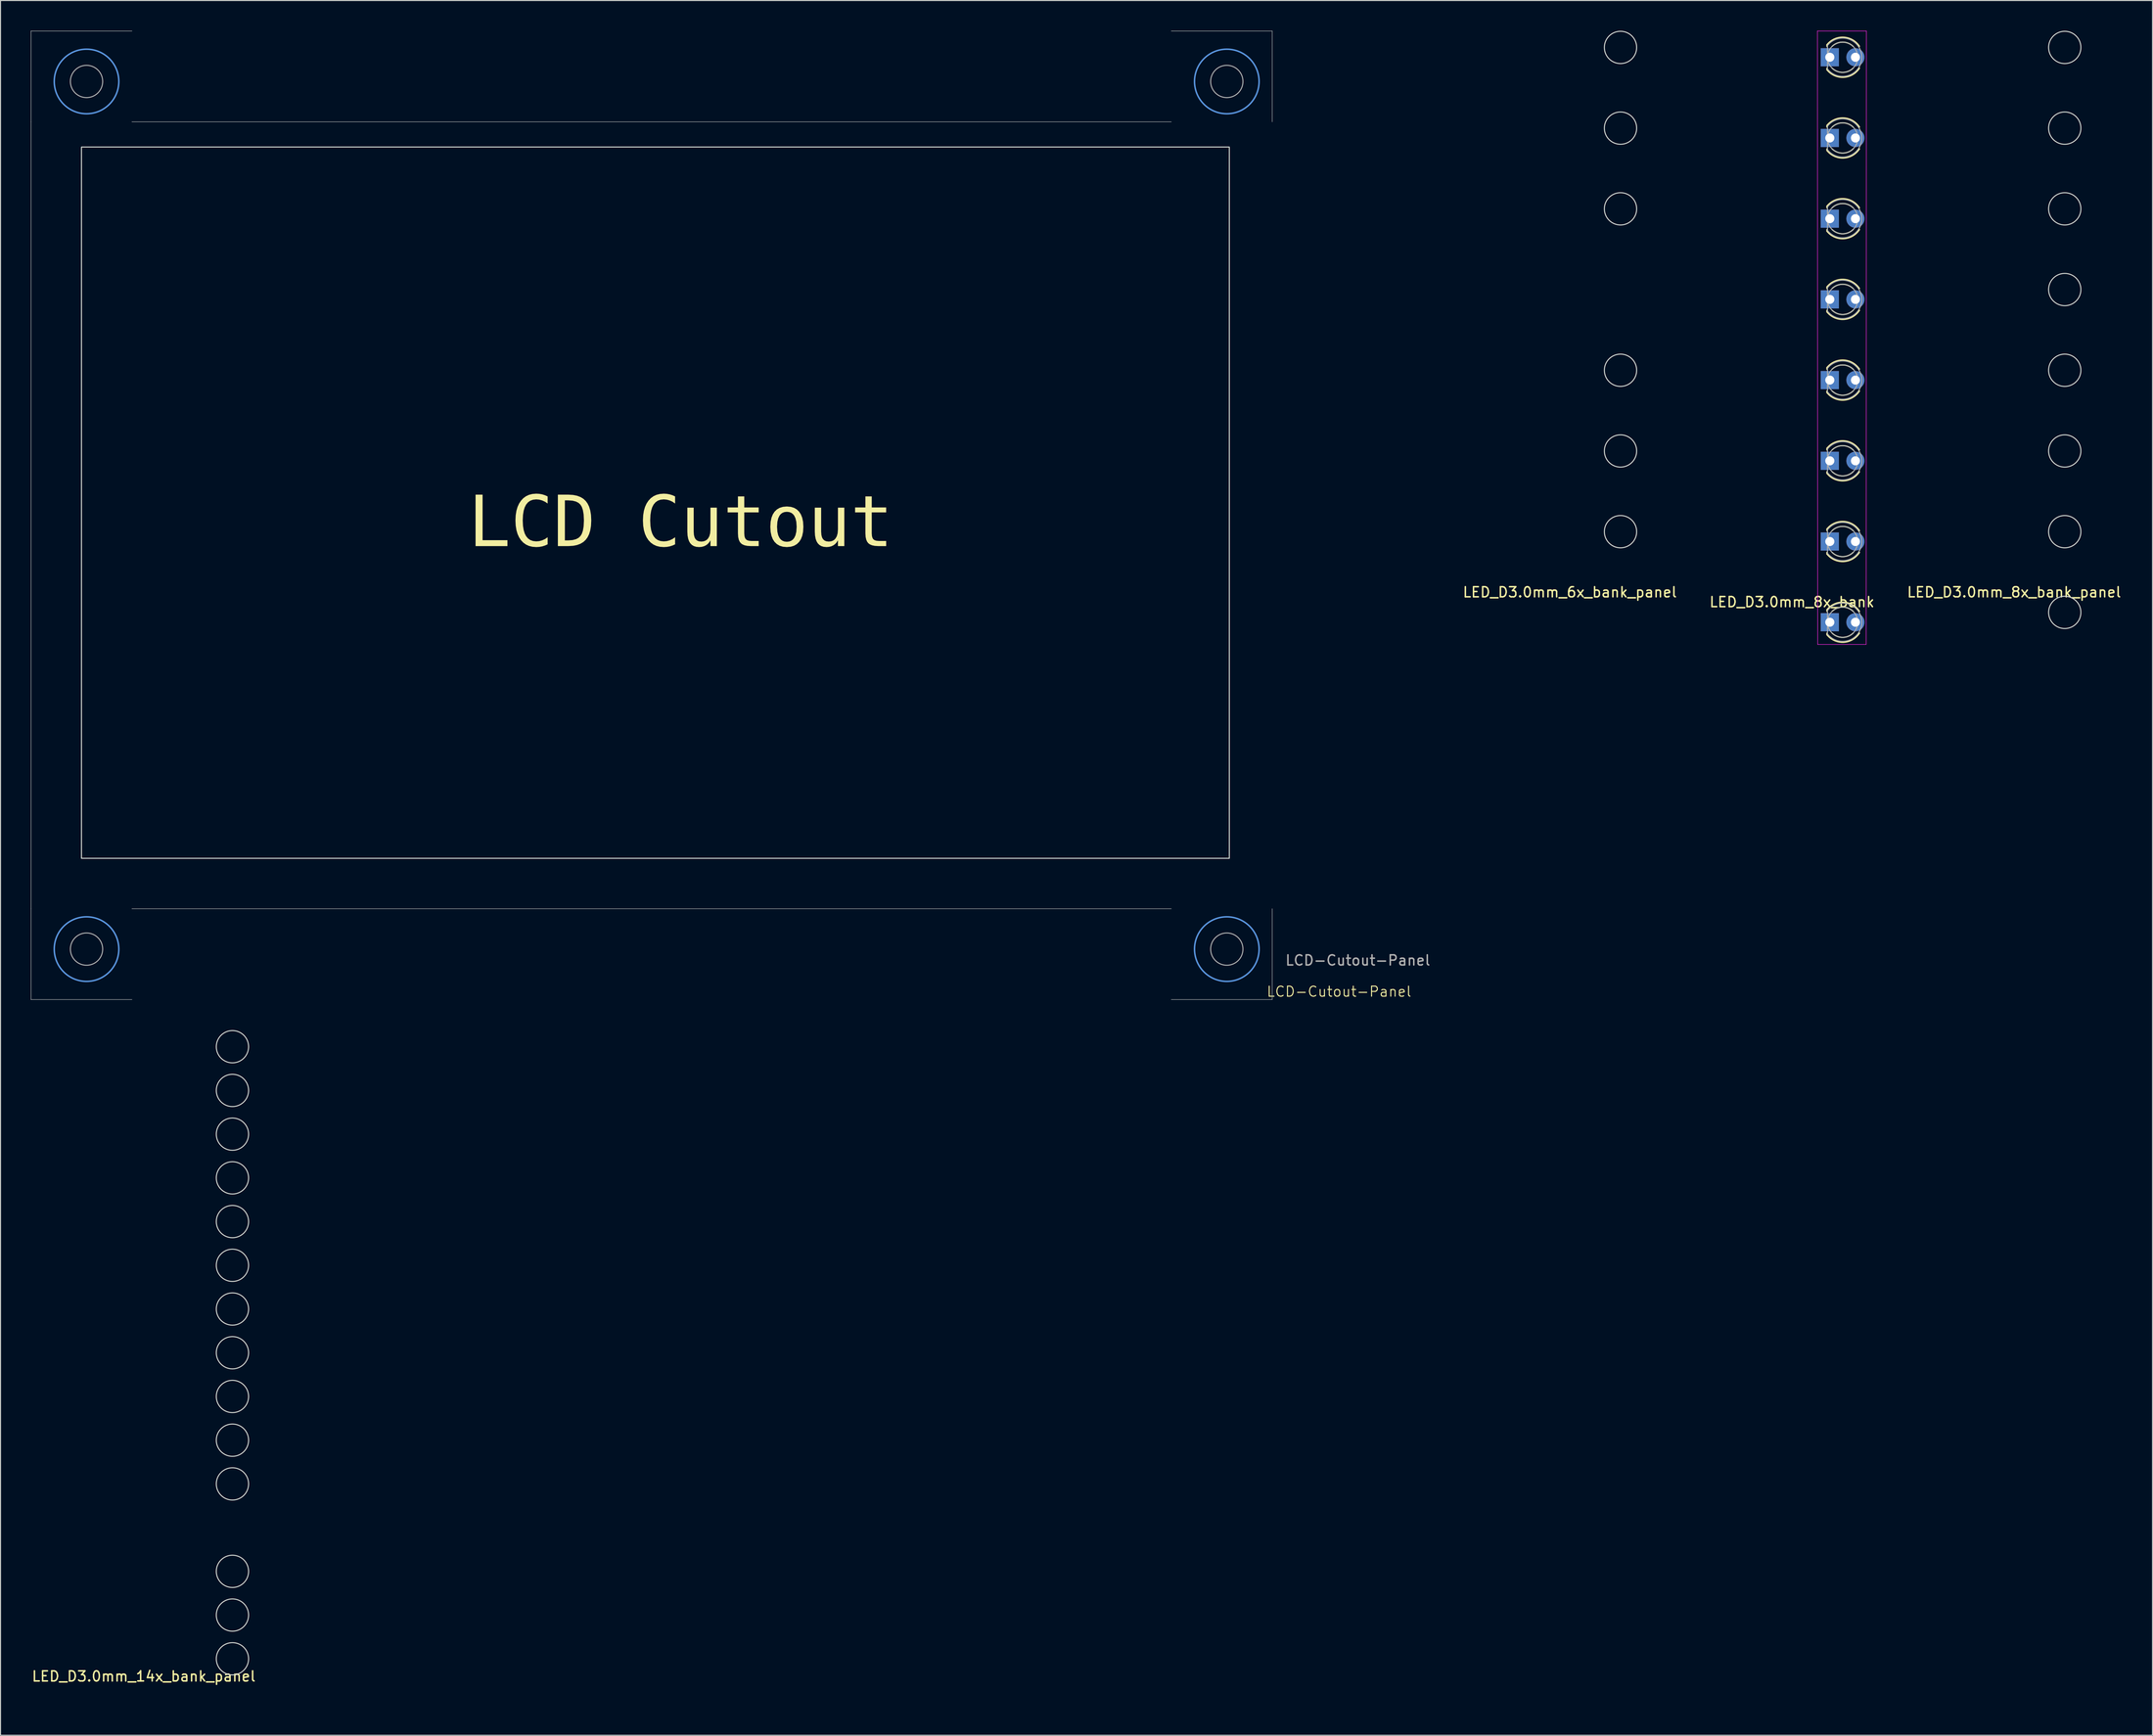
<source format=kicad_pcb>
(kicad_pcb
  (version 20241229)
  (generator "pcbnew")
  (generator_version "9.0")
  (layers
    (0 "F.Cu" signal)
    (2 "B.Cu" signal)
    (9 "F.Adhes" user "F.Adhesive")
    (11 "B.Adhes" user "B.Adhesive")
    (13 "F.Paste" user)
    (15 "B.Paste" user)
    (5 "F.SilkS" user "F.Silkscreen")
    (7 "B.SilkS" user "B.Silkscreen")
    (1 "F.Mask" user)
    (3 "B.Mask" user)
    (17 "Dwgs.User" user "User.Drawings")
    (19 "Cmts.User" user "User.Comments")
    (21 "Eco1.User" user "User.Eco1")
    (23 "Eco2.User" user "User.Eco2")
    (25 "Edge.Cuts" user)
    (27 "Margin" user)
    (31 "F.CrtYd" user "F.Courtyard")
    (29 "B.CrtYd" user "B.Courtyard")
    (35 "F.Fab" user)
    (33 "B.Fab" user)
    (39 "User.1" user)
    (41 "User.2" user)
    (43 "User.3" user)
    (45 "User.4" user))
  (footprint "LED_D3.0mm_14x_bank_panel"
    (layer "F.Cu")
    (at 18.715 165.7)
    (property "Reference" "LED_D3.0mm_14x_bank_panel" (at -7.518 -2.591 0) (layer "F.SilkS") (effects (font (size 1 1) (thickness 0.15))))
    (attr through_hole)
    (fp_circle (center 1.27 -65) (end 2.87 -65) (stroke (width 0.1) (type solid)) (fill no) (layer "Edge.Cuts"))
    (fp_circle (center 1.27 -60.667) (end 2.87 -60.667) (stroke (width 0.1) (type solid)) (fill no) (layer "Edge.Cuts"))
    (fp_circle (center 1.27 -56.333) (end 2.87 -56.333) (stroke (width 0.1) (type solid)) (fill no) (layer "Edge.Cuts"))
    (fp_circle (center 1.27 -52) (end 2.87 -52) (stroke (width 0.1) (type solid)) (fill no) (layer "Edge.Cuts"))
    (fp_circle (center 1.27 -47.667) (end 2.87 -47.667) (stroke (width 0.1) (type solid)) (fill no) (layer "Edge.Cuts"))
    (fp_circle (center 1.27 -43.333) (end 2.87 -43.333) (stroke (width 0.1) (type solid)) (fill no) (layer "Edge.Cuts"))
    (fp_circle (center 1.27 -39) (end 2.87 -39) (stroke (width 0.1) (type solid)) (fill no) (layer "Edge.Cuts"))
    (fp_circle (center 1.27 -34.667) (end 2.87 -34.667) (stroke (width 0.1) (type solid)) (fill no) (layer "Edge.Cuts"))
    (fp_circle (center 1.27 -30.333) (end 2.87 -30.333) (stroke (width 0.1) (type solid)) (fill no) (layer "Edge.Cuts"))
    (fp_circle (center 1.27 -26) (end 2.87 -26) (stroke (width 0.1) (type solid)) (fill no) (layer "Edge.Cuts"))
    (fp_circle (center 1.27 -21.667) (end 2.87 -21.667) (stroke (width 0.1) (type solid)) (fill no) (layer "Edge.Cuts"))
    (fp_circle (center 1.27 -13) (end 2.87 -13) (stroke (width 0.1) (type solid)) (fill no) (layer "Edge.Cuts"))
    (fp_circle (center 1.27 -8.667) (end 2.87 -8.667) (stroke (width 0.1) (type solid)) (fill no) (layer "Edge.Cuts"))
    (fp_circle (center 1.27 -4.333) (end 2.87 -4.333) (stroke (width 0.1) (type solid)) (fill no) (layer "Edge.Cuts")))
  (footprint "LCD-Cutout-Panel"
    (layer "F.Cu")
    (at 123.025 86.525)
    (property "Reference" "LCD-Cutout-Panel" (at 6.629 8.712 0) (unlocked yes) (layer "F.SilkS") (effects (font (size 1 1) (thickness 0.1))))
    (attr through_hole)
    (fp_circle (center -117.5 -81.5) (end -114.3 -81.5) (stroke (width 0.15) (type solid)) (fill no) (layer "Cmts.User"))
    (fp_circle (center -117.5 4.5) (end -114.3 4.5) (stroke (width 0.15) (type solid)) (fill no) (layer "Cmts.User"))
    (fp_circle (center -4.5 -81.5) (end -1.3 -81.5) (stroke (width 0.15) (type solid)) (fill no) (layer "Cmts.User"))
    (fp_circle (center -4.5 4.5) (end -1.3 4.5) (stroke (width 0.15) (type solid)) (fill no) (layer "Cmts.User"))
    (fp_rect (start -118 -75) (end -4.25 -4.5) (stroke (width 0.1) (type default)) (fill no) (layer "Edge.Cuts"))
    (fp_line (start -123 -86.5) (end -113 -86.5) (stroke (width 0.05) (type default)) (layer "F.Fab"))
    (fp_line (start -123 -77.5) (end -123 -86.5) (stroke (width 0.05) (type default)) (layer "F.Fab"))
    (fp_line (start -123 -77.5) (end -123 0.5) (stroke (width 0.05) (type default)) (layer "F.Fab"))
    (fp_line (start -123 0.5) (end -123 9.5) (stroke (width 0.05) (type default)) (layer "F.Fab"))
    (fp_line (start -123 9.5) (end -113 9.5) (stroke (width 0.05) (type default)) (layer "F.Fab"))
    (fp_line (start -113 0.5) (end -10 0.5) (stroke (width 0.05) (type default)) (layer "F.Fab"))
    (fp_line (start -10 -77.5) (end -113 -77.5) (stroke (width 0.05) (type default)) (layer "F.Fab"))
    (fp_line (start 0 -86.5) (end -10 -86.5) (stroke (width 0.05) (type default)) (layer "F.Fab"))
    (fp_line (start 0 -77.5) (end 0 -86.5) (stroke (width 0.05) (type default)) (layer "F.Fab"))
    (fp_line (start 0 0.5) (end 0 9.5) (stroke (width 0.05) (type default)) (layer "F.Fab"))
    (fp_line (start 0 9.5) (end -10 9.5) (stroke (width 0.05) (type default)) (layer "F.Fab"))
    (fp_circle (center -117.5 -81.5) (end -115.9 -81.5) (stroke (width 0.1) (type default)) (fill no) (layer "F.Fab"))
    (fp_circle (center -117.5 4.5) (end -115.9 4.5) (stroke (width 0.1) (type default)) (fill no) (layer "F.Fab"))
    (fp_circle (center -4.5 -81.5) (end -2.9 -81.5) (stroke (width 0.1) (type default)) (fill no) (layer "F.Fab"))
    (fp_circle (center -4.5 4.5) (end -2.9 4.5) (stroke (width 0.1) (type default)) (fill no) (layer "F.Fab"))
    (fp_rect (start -116.25 -73.254) (end -6.5 -6.754) (stroke (width 0.1) (type default)) (fill no) (layer "User.6"))
    (fp_text user "LCD Cutout" (at -79.68 -34.595 0) (unlocked yes) (layer "F.SilkS") (effects (font (face "Courier New") (size 5 5) (thickness 0.1)) (justify left bottom)))
    (fp_text user "${REFERENCE}" (at 8.484 5.613 0) (unlocked yes) (layer "F.Fab") (effects (font (size 1 1) (thickness 0.15)))))
  (footprint "LED_D3.0mm_8x_bank"
    (layer "F.Cu")
    (at 178.282 58.625)
    (property "Reference" "LED_D3.0mm_8x_bank" (at -3.75 -2 0) (layer "F.SilkS") (effects (font (size 1 1) (thickness 0.15))))
    (attr through_hole)
    (fp_line (start -0.29 -57.236) (end -0.29 -57.08) (stroke (width 0.12) (type solid)) (layer "F.SilkS"))
    (fp_line (start -0.29 -54.92) (end -0.29 -54.764) (stroke (width 0.12) (type solid)) (layer "F.SilkS"))
    (fp_line (start -0.29 -49.236) (end -0.29 -49.08) (stroke (width 0.12) (type solid)) (layer "F.SilkS"))
    (fp_line (start -0.29 -46.92) (end -0.29 -46.764) (stroke (width 0.12) (type solid)) (layer "F.SilkS"))
    (fp_line (start -0.29 -41.236) (end -0.29 -41.08) (stroke (width 0.12) (type solid)) (layer "F.SilkS"))
    (fp_line (start -0.29 -38.92) (end -0.29 -38.764) (stroke (width 0.12) (type solid)) (layer "F.SilkS"))
    (fp_line (start -0.29 -33.236) (end -0.29 -33.08) (stroke (width 0.12) (type solid)) (layer "F.SilkS"))
    (fp_line (start -0.29 -30.92) (end -0.29 -30.764) (stroke (width 0.12) (type solid)) (layer "F.SilkS"))
    (fp_line (start -0.29 -25.236) (end -0.29 -25.08) (stroke (width 0.12) (type solid)) (layer "F.SilkS"))
    (fp_line (start -0.29 -22.92) (end -0.29 -22.764) (stroke (width 0.12) (type solid)) (layer "F.SilkS"))
    (fp_line (start -0.29 -17.236) (end -0.29 -17.08) (stroke (width 0.12) (type solid)) (layer "F.SilkS"))
    (fp_line (start -0.29 -14.92) (end -0.29 -14.764) (stroke (width 0.12) (type solid)) (layer "F.SilkS"))
    (fp_line (start -0.29 -9.236) (end -0.29 -9.08) (stroke (width 0.12) (type solid)) (layer "F.SilkS"))
    (fp_line (start -0.29 -6.92) (end -0.29 -6.764) (stroke (width 0.12) (type solid)) (layer "F.SilkS"))
    (fp_line (start -0.29 -1.236) (end -0.29 -1.08) (stroke (width 0.12) (type solid)) (layer "F.SilkS"))
    (fp_line (start -0.29 1.08) (end -0.29 1.236) (stroke (width 0.12) (type solid)) (layer "F.SilkS"))
    (fp_arc (start -0.29 -57.235516) (mid 1.366487 -57.987659) (end 2.942335 -57.078608) (stroke (width 0.12) (type solid)) (layer "F.SilkS"))
    (fp_arc (start -0.29 -49.235516) (mid 1.366487 -49.987659) (end 2.942335 -49.078608) (stroke (width 0.12) (type solid)) (layer "F.SilkS"))
    (fp_arc (start -0.29 -41.235516) (mid 1.366487 -41.987659) (end 2.942335 -41.078608) (stroke (width 0.12) (type solid)) (layer "F.SilkS"))
    (fp_arc (start -0.29 -33.235516) (mid 1.366487 -33.987659) (end 2.942335 -33.078608) (stroke (width 0.12) (type solid)) (layer "F.SilkS"))
    (fp_arc (start -0.29 -25.235516) (mid 1.366487 -25.987659) (end 2.942335 -25.078608) (stroke (width 0.12) (type solid)) (layer "F.SilkS"))
    (fp_arc (start -0.29 -17.235516) (mid 1.366487 -17.987659) (end 2.942335 -17.078608) (stroke (width 0.12) (type solid)) (layer "F.SilkS"))
    (fp_arc (start -0.29 -9.235516) (mid 1.366487 -9.987659) (end 2.942335 -9.078608) (stroke (width 0.12) (type solid)) (layer "F.SilkS"))
    (fp_arc (start -0.29 -1.235516) (mid 1.366487 -1.987659) (end 2.942335 -1.078608) (stroke (width 0.12) (type solid)) (layer "F.SilkS"))
    (fp_arc (start 0.229039 -57.08) (mid 1.270117 -57.5) (end 2.31113 -57.079837) (stroke (width 0.12) (type solid)) (layer "F.SilkS"))
    (fp_arc (start 0.229039 -49.08) (mid 1.270117 -49.5) (end 2.31113 -49.079837) (stroke (width 0.12) (type solid)) (layer "F.SilkS"))
    (fp_arc (start 0.229039 -41.08) (mid 1.270117 -41.5) (end 2.31113 -41.079837) (stroke (width 0.12) (type solid)) (layer "F.SilkS"))
    (fp_arc (start 0.229039 -33.08) (mid 1.270117 -33.5) (end 2.31113 -33.079837) (stroke (width 0.12) (type solid)) (layer "F.SilkS"))
    (fp_arc (start 0.229039 -25.08) (mid 1.270117 -25.5) (end 2.31113 -25.079837) (stroke (width 0.12) (type solid)) (layer "F.SilkS"))
    (fp_arc (start 0.229039 -17.08) (mid 1.270117 -17.5) (end 2.31113 -17.079837) (stroke (width 0.12) (type solid)) (layer "F.SilkS"))
    (fp_arc (start 0.229039 -9.08) (mid 1.270117 -9.5) (end 2.31113 -9.079837) (stroke (width 0.12) (type solid)) (layer "F.SilkS"))
    (fp_arc (start 0.229039 -1.08) (mid 1.270117 -1.5) (end 2.31113 -1.079837) (stroke (width 0.12) (type solid)) (layer "F.SilkS"))
    (fp_arc (start 2.31113 -54.920163) (mid 1.270117 -54.5) (end 0.229039 -54.92) (stroke (width 0.12) (type solid)) (layer "F.SilkS"))
    (fp_arc (start 2.31113 -46.920163) (mid 1.270117 -46.5) (end 0.229039 -46.92) (stroke (width 0.12) (type solid)) (layer "F.SilkS"))
    (fp_arc (start 2.31113 -38.920163) (mid 1.270117 -38.5) (end 0.229039 -38.92) (stroke (width 0.12) (type solid)) (layer "F.SilkS"))
    (fp_arc (start 2.31113 -30.920163) (mid 1.270117 -30.5) (end 0.229039 -30.92) (stroke (width 0.12) (type solid)) (layer "F.SilkS"))
    (fp_arc (start 2.31113 -22.920163) (mid 1.270117 -22.5) (end 0.229039 -22.92) (stroke (width 0.12) (type solid)) (layer "F.SilkS"))
    (fp_arc (start 2.31113 -14.920163) (mid 1.270117 -14.5) (end 0.229039 -14.92) (stroke (width 0.12) (type solid)) (layer "F.SilkS"))
    (fp_arc (start 2.31113 -6.920163) (mid 1.270117 -6.5) (end 0.229039 -6.92) (stroke (width 0.12) (type solid)) (layer "F.SilkS"))
    (fp_arc (start 2.31113 1.079837) (mid 1.270117 1.5) (end 0.229039 1.08) (stroke (width 0.12) (type solid)) (layer "F.SilkS"))
    (fp_arc (start 2.942335 -54.921392) (mid 1.366487 -54.012341) (end -0.29 -54.764484) (stroke (width 0.12) (type solid)) (layer "F.SilkS"))
    (fp_arc (start 2.942335 -46.921392) (mid 1.366487 -46.012341) (end -0.29 -46.764484) (stroke (width 0.12) (type solid)) (layer "F.SilkS"))
    (fp_arc (start 2.942335 -38.921392) (mid 1.366487 -38.012341) (end -0.29 -38.764484) (stroke (width 0.12) (type solid)) (layer "F.SilkS"))
    (fp_arc (start 2.942335 -30.921392) (mid 1.366487 -30.012341) (end -0.29 -30.764484) (stroke (width 0.12) (type solid)) (layer "F.SilkS"))
    (fp_arc (start 2.942335 -22.921392) (mid 1.366487 -22.012341) (end -0.29 -22.764484) (stroke (width 0.12) (type solid)) (layer "F.SilkS"))
    (fp_arc (start 2.942335 -14.921392) (mid 1.366487 -14.012341) (end -0.29 -14.764484) (stroke (width 0.12) (type solid)) (layer "F.SilkS"))
    (fp_arc (start 2.942335 -6.921392) (mid 1.366487 -6.012341) (end -0.29 -6.764484) (stroke (width 0.12) (type solid)) (layer "F.SilkS"))
    (fp_arc (start 2.942335 1.078608) (mid 1.366487 1.987659) (end -0.29 1.235516) (stroke (width 0.12) (type solid)) (layer "F.SilkS"))
    (fp_line (start -1.225 -58.6) (end -1.2 2.2) (stroke (width 0.05) (type solid)) (layer "F.CrtYd"))
    (fp_line (start -1.2 2.2) (end 3.6 2.2) (stroke (width 0.05) (type solid)) (layer "F.CrtYd"))
    (fp_line (start 3.625 -58.6) (end -1.225 -58.6) (stroke (width 0.05) (type solid)) (layer "F.CrtYd"))
    (fp_line (start 3.625 -58.6) (end 3.6 2.2) (stroke (width 0.05) (type solid)) (layer "F.CrtYd"))
    (fp_line (start -0.23 -57.166) (end -0.23 -54.834) (stroke (width 0.1) (type solid)) (layer "F.Fab"))
    (fp_line (start -0.23 -49.166) (end -0.23 -46.834) (stroke (width 0.1) (type solid)) (layer "F.Fab"))
    (fp_line (start -0.23 -41.166) (end -0.23 -38.834) (stroke (width 0.1) (type solid)) (layer "F.Fab"))
    (fp_line (start -0.23 -33.166) (end -0.23 -30.834) (stroke (width 0.1) (type solid)) (layer "F.Fab"))
    (fp_line (start -0.23 -25.166) (end -0.23 -22.834) (stroke (width 0.1) (type solid)) (layer "F.Fab"))
    (fp_line (start -0.23 -17.166) (end -0.23 -14.834) (stroke (width 0.1) (type solid)) (layer "F.Fab"))
    (fp_line (start -0.23 -9.166) (end -0.23 -6.834) (stroke (width 0.1) (type solid)) (layer "F.Fab"))
    (fp_line (start -0.23 -1.166) (end -0.23 1.166) (stroke (width 0.1) (type solid)) (layer "F.Fab"))
    (fp_arc (start -0.23 -57.16619) (mid 3.17 -55.999548) (end -0.230555 -54.834524) (stroke (width 0.1) (type solid)) (layer "F.Fab"))
    (fp_arc (start -0.23 -49.16619) (mid 3.17 -47.999548) (end -0.230555 -46.834524) (stroke (width 0.1) (type solid)) (layer "F.Fab"))
    (fp_arc (start -0.23 -41.16619) (mid 3.17 -39.999548) (end -0.230555 -38.834524) (stroke (width 0.1) (type solid)) (layer "F.Fab"))
    (fp_arc (start -0.23 -33.16619) (mid 3.17 -31.999548) (end -0.230555 -30.834524) (stroke (width 0.1) (type solid)) (layer "F.Fab"))
    (fp_arc (start -0.23 -25.16619) (mid 3.17 -23.999548) (end -0.230555 -22.834524) (stroke (width 0.1) (type solid)) (layer "F.Fab"))
    (fp_arc (start -0.23 -17.16619) (mid 3.17 -15.999548) (end -0.230555 -14.834524) (stroke (width 0.1) (type solid)) (layer "F.Fab"))
    (fp_arc (start -0.23 -9.16619) (mid 3.17 -7.999548) (end -0.230555 -6.834524) (stroke (width 0.1) (type solid)) (layer "F.Fab"))
    (fp_arc (start -0.23 -1.16619) (mid 3.17 0.000452) (end -0.230555 1.165476) (stroke (width 0.1) (type solid)) (layer "F.Fab"))
    (fp_circle (center 1.27 -56) (end 2.77 -56) (stroke (width 0.1) (type solid)) (fill no) (layer "F.Fab"))
    (fp_circle (center 1.27 -48) (end 2.77 -48) (stroke (width 0.1) (type solid)) (fill no) (layer "F.Fab"))
    (fp_circle (center 1.27 -40) (end 2.77 -40) (stroke (width 0.1) (type solid)) (fill no) (layer "F.Fab"))
    (fp_circle (center 1.27 -32) (end 2.77 -32) (stroke (width 0.1) (type solid)) (fill no) (layer "F.Fab"))
    (fp_circle (center 1.27 -24) (end 2.77 -24) (stroke (width 0.1) (type solid)) (fill no) (layer "F.Fab"))
    (fp_circle (center 1.27 -16) (end 2.77 -16) (stroke (width 0.1) (type solid)) (fill no) (layer "F.Fab"))
    (fp_circle (center 1.27 -8) (end 2.77 -8) (stroke (width 0.1) (type solid)) (fill no) (layer "F.Fab"))
    (fp_circle (center 1.27 0) (end 2.77 0) (stroke (width 0.1) (type solid)) (fill no) (layer "F.Fab"))
    (pad "1" thru_hole rect (at 0 0) (size 1.8 1.8) (drill 0.9) (layers "*.Cu" "*.Mask"))
    (pad "2" thru_hole circle (at 2.54 0) (size 1.8 1.8) (drill 0.9) (layers "*.Cu" "*.Mask"))
    (pad "3" thru_hole rect (at 0 -8) (size 1.8 1.8) (drill 0.9) (layers "*.Cu" "*.Mask"))
    (pad "4" thru_hole circle (at 2.54 -8) (size 1.8 1.8) (drill 0.9) (layers "*.Cu" "*.Mask"))
    (pad "5" thru_hole rect (at 0 -16) (size 1.8 1.8) (drill 0.9) (layers "*.Cu" "*.Mask"))
    (pad "6" thru_hole circle (at 2.54 -16) (size 1.8 1.8) (drill 0.9) (layers "*.Cu" "*.Mask"))
    (pad "7" thru_hole rect (at 0 -24) (size 1.8 1.8) (drill 0.9) (layers "*.Cu" "*.Mask"))
    (pad "8" thru_hole circle (at 2.54 -24) (size 1.8 1.8) (drill 0.9) (layers "*.Cu" "*.Mask"))
    (pad "9" thru_hole rect (at 0 -32) (size 1.8 1.8) (drill 0.9) (layers "*.Cu" "*.Mask"))
    (pad "10" thru_hole circle (at 2.54 -32) (size 1.8 1.8) (drill 0.9) (layers "*.Cu" "*.Mask"))
    (pad "11" thru_hole rect (at 0 -40) (size 1.8 1.8) (drill 0.9) (layers "*.Cu" "*.Mask"))
    (pad "12" thru_hole circle (at 2.54 -40) (size 1.8 1.8) (drill 0.9) (layers "*.Cu" "*.Mask"))
    (pad "13" thru_hole rect (at 0 -48) (size 1.8 1.8) (drill 0.9) (layers "*.Cu" "*.Mask"))
    (pad "14" thru_hole circle (at 2.54 -48) (size 1.8 1.8) (drill 0.9) (layers "*.Cu" "*.Mask"))
    (pad "15" thru_hole rect (at 0 -56) (size 1.8 1.8) (drill 0.9) (layers "*.Cu" "*.Mask"))
    (pad "16" thru_hole circle (at 2.54 -56) (size 1.8 1.8) (drill 0.9) (layers "*.Cu" "*.Mask")))
  (footprint "LED_D3.0mm_6x_bank_panel"
    (layer "F.Cu")
    (at 156.271 57.65)
    (property "Reference" "LED_D3.0mm_6x_bank_panel" (at -3.75 -2 0) (layer "F.SilkS") (effects (font (size 1 1) (thickness 0.15))))
    (attr through_hole)
    (fp_circle (center 1.27 -56) (end 2.87 -56) (stroke (width 0.1) (type solid)) (fill no) (layer "Edge.Cuts"))
    (fp_circle (center 1.27 -48) (end 2.87 -48) (stroke (width 0.1) (type solid)) (fill no) (layer "Edge.Cuts"))
    (fp_circle (center 1.27 -40) (end 2.87 -40) (stroke (width 0.1) (type solid)) (fill no) (layer "Edge.Cuts"))
    (fp_circle (center 1.27 -24) (end 2.87 -24) (stroke (width 0.1) (type solid)) (fill no) (layer "Edge.Cuts"))
    (fp_circle (center 1.27 -16) (end 2.87 -16) (stroke (width 0.1) (type solid)) (fill no) (layer "Edge.Cuts"))
    (fp_circle (center 1.27 -8) (end 2.87 -8) (stroke (width 0.1) (type solid)) (fill no) (layer "Edge.Cuts")))
  (footprint "LED_D3.0mm_8x_bank_panel"
    (layer "F.Cu")
    (at 200.294 57.65)
    (property "Reference" "LED_D3.0mm_8x_bank_panel" (at -3.75 -2 0) (layer "F.SilkS") (effects (font (size 1 1) (thickness 0.15))))
    (attr through_hole)
    (fp_circle (center 1.27 -56) (end 2.87 -56) (stroke (width 0.1) (type solid)) (fill no) (layer "Edge.Cuts"))
    (fp_circle (center 1.27 -48) (end 2.87 -48) (stroke (width 0.1) (type solid)) (fill no) (layer "Edge.Cuts"))
    (fp_circle (center 1.27 -40) (end 2.87 -40) (stroke (width 0.1) (type solid)) (fill no) (layer "Edge.Cuts"))
    (fp_circle (center 1.27 -32) (end 2.87 -32) (stroke (width 0.1) (type solid)) (fill no) (layer "Edge.Cuts"))
    (fp_circle (center 1.27 -24) (end 2.87 -24) (stroke (width 0.1) (type solid)) (fill no) (layer "Edge.Cuts"))
    (fp_circle (center 1.27 -16) (end 2.87 -16) (stroke (width 0.1) (type solid)) (fill no) (layer "Edge.Cuts"))
    (fp_circle (center 1.27 -8) (end 2.87 -8) (stroke (width 0.1) (type solid)) (fill no) (layer "Edge.Cuts"))
    (fp_circle (center 1.27 0) (end 2.87 0) (stroke (width 0.1) (type solid)) (fill no) (layer "Edge.Cuts")))
  (gr_rect
    (start -3 -3)
    (end 210.265 168.95)
    (stroke (width 0.1) (type default))
    (fill no)
    (layer "Edge.Cuts")))
</source>
